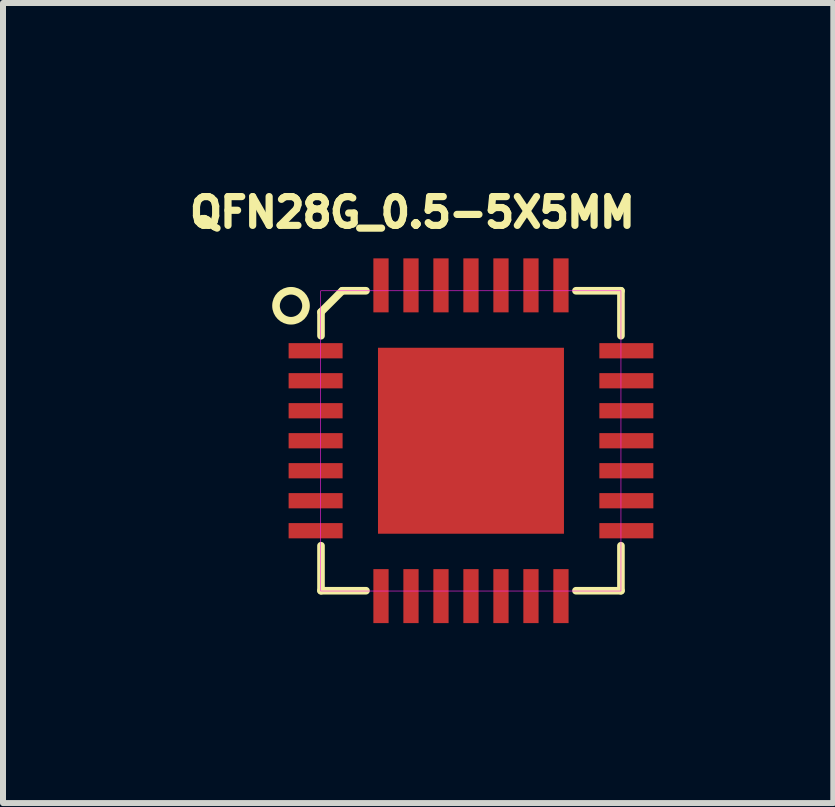
<source format=kicad_pcb>
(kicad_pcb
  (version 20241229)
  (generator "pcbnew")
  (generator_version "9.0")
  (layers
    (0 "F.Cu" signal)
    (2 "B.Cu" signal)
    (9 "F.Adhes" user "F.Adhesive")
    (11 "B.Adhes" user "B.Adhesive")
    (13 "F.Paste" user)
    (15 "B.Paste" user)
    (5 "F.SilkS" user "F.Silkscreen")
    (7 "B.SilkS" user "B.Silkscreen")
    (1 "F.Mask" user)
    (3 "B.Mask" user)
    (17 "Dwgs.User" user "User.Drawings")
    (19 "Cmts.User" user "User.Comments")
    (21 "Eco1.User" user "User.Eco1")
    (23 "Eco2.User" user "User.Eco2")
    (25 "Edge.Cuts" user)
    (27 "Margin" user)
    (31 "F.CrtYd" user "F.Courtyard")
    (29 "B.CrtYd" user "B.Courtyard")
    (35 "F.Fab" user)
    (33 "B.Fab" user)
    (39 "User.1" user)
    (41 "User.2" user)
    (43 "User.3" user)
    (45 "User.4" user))
  (footprint "QFN28G_0.5-5X5MM"
    (layer "F.Cu")
    (at 4.801 4.297)
    (property "Reference" "QFN28G_0.5-5X5MM" (at -0.976 -3.806 0) (layer "F.SilkS") (effects (font (size 0.48 0.48) (thickness 0.15))))
    (attr smd)
    (fp_line (start -2.5 -2.146) (end -2.5 -1.75) (stroke (width 0.127) (type solid)) (layer "F.SilkS"))
    (fp_line (start -2.5 1.75) (end -2.5 2.5) (stroke (width 0.127) (type solid)) (layer "F.SilkS"))
    (fp_line (start -2.5 2.5) (end -1.75 2.5) (stroke (width 0.127) (type solid)) (layer "F.SilkS"))
    (fp_line (start -2.146 -2.5) (end -2.5 -2.146) (stroke (width 0.127) (type solid)) (layer "F.SilkS"))
    (fp_line (start -1.75 -2.5) (end -2.146 -2.5) (stroke (width 0.127) (type solid)) (layer "F.SilkS"))
    (fp_line (start 1.75 -2.5) (end 2.5 -2.5) (stroke (width 0.127) (type solid)) (layer "F.SilkS"))
    (fp_line (start 1.75 2.5) (end 2.5 2.5) (stroke (width 0.127) (type solid)) (layer "F.SilkS"))
    (fp_line (start 2.5 -2.5) (end 2.5 -1.75) (stroke (width 0.127) (type solid)) (layer "F.SilkS"))
    (fp_line (start 2.5 2.5) (end 2.5 1.75) (stroke (width 0.127) (type solid)) (layer "F.SilkS"))
    (fp_circle (center -3 -2.25) (end -2.75 -2.25) (stroke (width 0.127) (type solid)) (fill no) (layer "F.SilkS"))
    (fp_poly (pts (xy -1.503 0.25) (xy -0.25 0.25) (xy -0.25 1.503) (xy -1.503 1.503)) (stroke (width 0.01) (type solid)) (fill yes) (layer "F.Paste"))
    (fp_poly (pts (xy -1.502 -1.5) (xy -0.25 -1.5) (xy -0.25 -0.25) (xy -1.502 -0.25)) (stroke (width 0.01) (type solid)) (fill yes) (layer "F.Paste"))
    (fp_poly (pts (xy 0.25 -1.5) (xy 1.5 -1.5) (xy 1.5 -0.25) (xy 0.25 -0.25)) (stroke (width 0.01) (type solid)) (fill yes) (layer "F.Paste"))
    (fp_poly (pts (xy 0.25 0.25) (xy 1.5 0.25) (xy 1.5 1.503) (xy 0.25 1.503)) (stroke (width 0.01) (type solid)) (fill yes) (layer "F.Paste"))
    (fp_poly (pts (xy -2.505 -2.5) (xy 2.5 -2.5) (xy 2.5 2.505) (xy -2.505 2.505)) (stroke (width 0.01) (type solid)) (fill no) (layer "F.CrtYd"))
    (pad "1" smd rect (at -2.59 -1.5) (size 0.9 0.254) (layers "F.Cu" "F.Mask" "F.Paste"))
    (pad "2" smd rect (at -2.59 -1) (size 0.9 0.254) (layers "F.Cu" "F.Mask" "F.Paste"))
    (pad "3" smd rect (at -2.59 -0.5) (size 0.9 0.254) (layers "F.Cu" "F.Mask" "F.Paste"))
    (pad "4" smd rect (at -2.59 0) (size 0.9 0.254) (layers "F.Cu" "F.Mask" "F.Paste"))
    (pad "5" smd rect (at -2.59 0.5) (size 0.9 0.254) (layers "F.Cu" "F.Mask" "F.Paste"))
    (pad "6" smd rect (at -2.59 1) (size 0.9 0.254) (layers "F.Cu" "F.Mask" "F.Paste"))
    (pad "7" smd rect (at -2.59 1.5) (size 0.9 0.254) (layers "F.Cu" "F.Mask" "F.Paste"))
    (pad "8" smd rect (at -1.5 2.59) (size 0.254 0.9) (layers "F.Cu" "F.Mask" "F.Paste"))
    (pad "9" smd rect (at -1 2.59) (size 0.254 0.9) (layers "F.Cu" "F.Mask" "F.Paste"))
    (pad "10" smd rect (at -0.5 2.59) (size 0.254 0.9) (layers "F.Cu" "F.Mask" "F.Paste"))
    (pad "11" smd rect (at 0 2.59) (size 0.254 0.9) (layers "F.Cu" "F.Mask" "F.Paste"))
    (pad "12" smd rect (at 0.5 2.59) (size 0.254 0.9) (layers "F.Cu" "F.Mask" "F.Paste"))
    (pad "13" smd rect (at 1 2.59) (size 0.254 0.9) (layers "F.Cu" "F.Mask" "F.Paste"))
    (pad "14" smd rect (at 1.5 2.59) (size 0.254 0.9) (layers "F.Cu" "F.Mask" "F.Paste"))
    (pad "15" smd rect (at 2.59 1.5) (size 0.9 0.254) (layers "F.Cu" "F.Mask" "F.Paste"))
    (pad "16" smd rect (at 2.59 1) (size 0.9 0.254) (layers "F.Cu" "F.Mask" "F.Paste"))
    (pad "17" smd rect (at 2.59 0.5) (size 0.9 0.254) (layers "F.Cu" "F.Mask" "F.Paste"))
    (pad "18" smd rect (at 2.59 0) (size 0.9 0.254) (layers "F.Cu" "F.Mask" "F.Paste"))
    (pad "19" smd rect (at 2.59 -0.5) (size 0.9 0.254) (layers "F.Cu" "F.Mask" "F.Paste"))
    (pad "20" smd rect (at 2.59 -1) (size 0.9 0.254) (layers "F.Cu" "F.Mask" "F.Paste"))
    (pad "21" smd rect (at 2.59 -1.5) (size 0.9 0.254) (layers "F.Cu" "F.Mask" "F.Paste"))
    (pad "22" smd rect (at 1.5 -2.59) (size 0.254 0.9) (layers "F.Cu" "F.Mask" "F.Paste"))
    (pad "23" smd rect (at 1 -2.59) (size 0.254 0.9) (layers "F.Cu" "F.Mask" "F.Paste"))
    (pad "24" smd rect (at 0.5 -2.59) (size 0.254 0.9) (layers "F.Cu" "F.Mask" "F.Paste"))
    (pad "25" smd rect (at 0 -2.59) (size 0.254 0.9) (layers "F.Cu" "F.Mask" "F.Paste"))
    (pad "26" smd rect (at -0.5 -2.59) (size 0.254 0.9) (layers "F.Cu" "F.Mask" "F.Paste"))
    (pad "27" smd rect (at -1 -2.59) (size 0.254 0.9) (layers "F.Cu" "F.Mask" "F.Paste"))
    (pad "28" smd rect (at -1.5 -2.59) (size 0.254 0.9) (layers "F.Cu" "F.Mask" "F.Paste"))
    (pad "29" smd rect (at 0 0) (size 3.1 3.1) (layers "F.Cu" "F.Mask")))
  (gr_rect
    (start -3 -3)
    (end 10.841 10.337)
    (stroke (width 0.1) (type default))
    (fill no)
    (layer "Edge.Cuts")))
</source>
